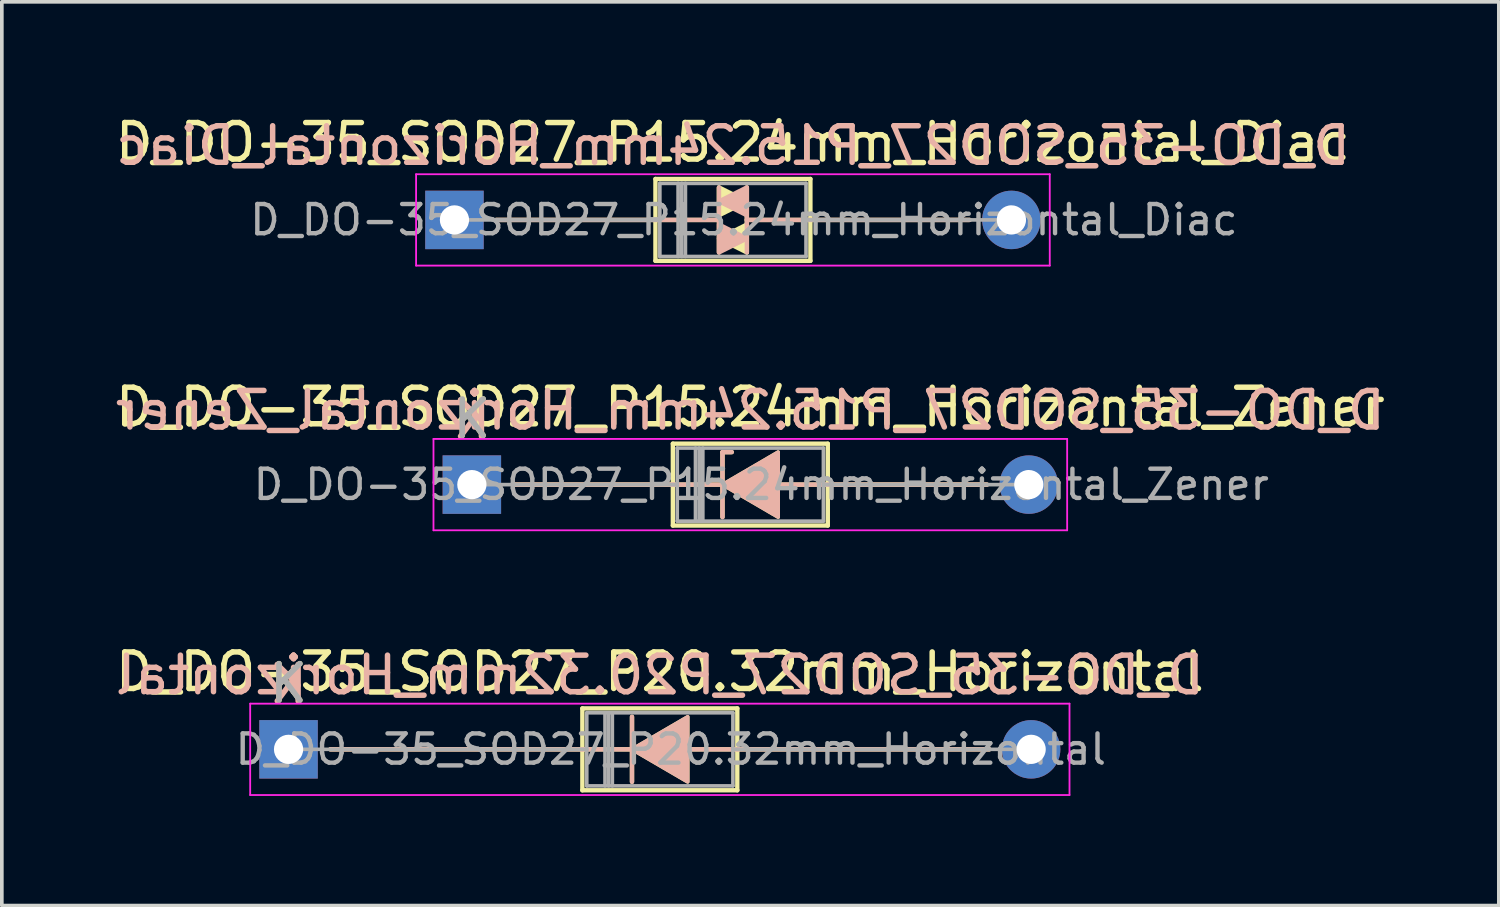
<source format=kicad_pcb>
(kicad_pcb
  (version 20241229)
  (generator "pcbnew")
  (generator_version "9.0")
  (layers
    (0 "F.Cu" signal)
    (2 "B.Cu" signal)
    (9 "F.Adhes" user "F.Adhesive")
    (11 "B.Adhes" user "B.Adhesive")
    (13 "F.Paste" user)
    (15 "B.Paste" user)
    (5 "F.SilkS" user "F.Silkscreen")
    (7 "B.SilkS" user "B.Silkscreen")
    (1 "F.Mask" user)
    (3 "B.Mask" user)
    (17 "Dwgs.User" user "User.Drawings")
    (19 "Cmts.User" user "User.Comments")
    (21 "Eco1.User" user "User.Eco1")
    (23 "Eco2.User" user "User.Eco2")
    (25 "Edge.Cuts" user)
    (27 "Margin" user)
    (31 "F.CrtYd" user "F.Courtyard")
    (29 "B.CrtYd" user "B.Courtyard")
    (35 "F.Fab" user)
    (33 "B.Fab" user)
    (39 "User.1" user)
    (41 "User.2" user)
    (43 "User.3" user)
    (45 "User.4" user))
  (footprint "D_DO-35_SOD27_P15.24mm_Horizontal_Zener"
    (layer "F.Cu")
    (at 9.862 10.211)
    (property "Reference" "D_DO-35_SOD27_P15.24mm_Horizontal_Zener" (at 7.62 -2.12 0) (layer "F.SilkS") (effects (font (size 1 1) (thickness 0.15))))
    (fp_line (start 1.143 0) (end 5.5 0) (stroke (width 0.12) (type solid)) (layer "F.SilkS"))
    (fp_line (start 5.5 -1.12) (end 5.5 1.12) (stroke (width 0.12) (type solid)) (layer "F.SilkS"))
    (fp_line (start 5.5 0) (end 7.239 0) (stroke (width 0.12) (type solid)) (layer "F.SilkS"))
    (fp_line (start 5.5 1.12) (end 9.74 1.12) (stroke (width 0.12) (type solid)) (layer "F.SilkS"))
    (fp_line (start 6.858 -0.889) (end 6.858 0.889) (stroke (width 0.12) (type solid)) (layer "F.SilkS"))
    (fp_line (start 6.858 -0.889) (end 7.112 -0.889) (stroke (width 0.12) (type solid)) (layer "F.SilkS"))
    (fp_line (start 9.74 -1.12) (end 5.5 -1.12) (stroke (width 0.12) (type solid)) (layer "F.SilkS"))
    (fp_line (start 9.74 0) (end 8.382 0) (stroke (width 0.12) (type solid)) (layer "F.SilkS"))
    (fp_line (start 9.74 1.12) (end 9.74 -1.12) (stroke (width 0.12) (type solid)) (layer "F.SilkS"))
    (fp_line (start 14.097 0) (end 9.74 0) (stroke (width 0.12) (type solid)) (layer "F.SilkS"))
    (fp_poly (pts (xy 8.382 0.889) (xy 6.858 0) (xy 8.382 -0.889)) (stroke (width 0.1) (type solid)) (fill yes) (layer "F.SilkS"))
    (fp_line (start 1.143 0) (end 5.5 0) (stroke (width 0.12) (type solid)) (layer "B.SilkS"))
    (fp_line (start 5.5 0) (end 7.239 0) (stroke (width 0.12) (type solid)) (layer "B.SilkS"))
    (fp_line (start 6.858 -0.889) (end 7.112 -0.889) (stroke (width 0.12) (type solid)) (layer "B.SilkS"))
    (fp_line (start 6.858 0.889) (end 6.858 -0.889) (stroke (width 0.12) (type solid)) (layer "B.SilkS"))
    (fp_line (start 9.74 0) (end 8.382 0) (stroke (width 0.12) (type solid)) (layer "B.SilkS"))
    (fp_line (start 14.097 0) (end 9.74 0) (stroke (width 0.12) (type solid)) (layer "B.SilkS"))
    (fp_poly (pts (xy 8.382 -0.889) (xy 6.858 0) (xy 8.382 0.889)) (stroke (width 0.1) (type solid)) (fill yes) (layer "B.SilkS"))
    (fp_line (start -1.05 -1.25) (end -1.05 1.25) (stroke (width 0.05) (type solid)) (layer "F.CrtYd"))
    (fp_line (start -1.05 1.25) (end 16.29 1.25) (stroke (width 0.05) (type solid)) (layer "F.CrtYd"))
    (fp_line (start 16.29 -1.25) (end -1.05 -1.25) (stroke (width 0.05) (type solid)) (layer "F.CrtYd"))
    (fp_line (start 16.29 1.25) (end 16.29 -1.25) (stroke (width 0.05) (type solid)) (layer "F.CrtYd"))
    (fp_line (start 0 0) (end 5.62 0) (stroke (width 0.1) (type solid)) (layer "F.Fab"))
    (fp_line (start 5.62 -1) (end 5.62 1) (stroke (width 0.1) (type solid)) (layer "F.Fab"))
    (fp_line (start 5.62 1) (end 9.62 1) (stroke (width 0.1) (type solid)) (layer "F.Fab"))
    (fp_line (start 6.12 -1) (end 6.12 1) (stroke (width 0.1) (type solid)) (layer "F.Fab"))
    (fp_line (start 6.22 -1) (end 6.22 1) (stroke (width 0.1) (type solid)) (layer "F.Fab"))
    (fp_line (start 6.32 -1) (end 6.32 1) (stroke (width 0.1) (type solid)) (layer "F.Fab"))
    (fp_line (start 9.62 -1) (end 5.62 -1) (stroke (width 0.1) (type solid)) (layer "F.Fab"))
    (fp_line (start 9.62 1) (end 9.62 -1) (stroke (width 0.1) (type solid)) (layer "F.Fab"))
    (fp_line (start 15.24 0) (end 9.62 0) (stroke (width 0.1) (type solid)) (layer "F.Fab"))
    (fp_text user "K" (at 0 -1.8 0) (layer "F.SilkS") (effects (font (size 1 1) (thickness 0.15))))
    (fp_text user "K" (at 0 -1.778 0) (layer "B.SilkS") (effects (font (size 1 1) (thickness 0.15)) (justify mirror)))
    (fp_text user "${REFERENCE}" (at 7.62 -2.032 0) (layer "B.SilkS") (effects (font (size 1 1) (thickness 0.15)) (justify mirror)))
    (fp_text user "K" (at 0 -1.8 0) (layer "F.Fab") (effects (font (size 1 1) (thickness 0.15))))
    (fp_text user "${REFERENCE}" (at 7.92 0 0) (layer "F.Fab") (effects (font (size 0.8 0.8) (thickness 0.12))))
    (pad "1" thru_hole rect (at 0 0) (size 1.6 1.6) (drill 0.8) (layers "*.Cu" "*.Mask"))
    (pad "2" thru_hole oval (at 15.24 0) (size 1.6 1.6) (drill 0.8) (layers "*.Cu" "*.Mask")))
  (footprint "D_DO-35_SOD27_P20.32mm_Horizontal"
    (layer "F.Cu")
    (at 4.846 17.455)
    (property "Reference" "D_DO-35_SOD27_P20.32mm_Horizontal" (at 10.16 -2.12 0) (layer "F.SilkS") (effects (font (size 1 1) (thickness 0.15))))
    (fp_line (start 1.143 0) (end 8.04 0) (stroke (width 0.12) (type solid)) (layer "F.SilkS"))
    (fp_line (start 8.04 -1.12) (end 8.04 1.12) (stroke (width 0.12) (type solid)) (layer "F.SilkS"))
    (fp_line (start 8.04 0) (end 9.779 0) (stroke (width 0.12) (type solid)) (layer "F.SilkS"))
    (fp_line (start 8.04 1.12) (end 12.28 1.12) (stroke (width 0.12) (type solid)) (layer "F.SilkS"))
    (fp_line (start 9.398 -0.889) (end 9.398 0.889) (stroke (width 0.12) (type solid)) (layer "F.SilkS"))
    (fp_line (start 12.28 -1.12) (end 8.04 -1.12) (stroke (width 0.12) (type solid)) (layer "F.SilkS"))
    (fp_line (start 12.28 0) (end 10.922 0) (stroke (width 0.12) (type solid)) (layer "F.SilkS"))
    (fp_line (start 12.28 1.12) (end 12.28 -1.12) (stroke (width 0.12) (type solid)) (layer "F.SilkS"))
    (fp_line (start 19.177 0) (end 12.28 0) (stroke (width 0.12) (type solid)) (layer "F.SilkS"))
    (fp_poly (pts (xy 10.922 0.889) (xy 9.398 0) (xy 10.922 -0.889)) (stroke (width 0.1) (type solid)) (fill yes) (layer "F.SilkS"))
    (fp_line (start 1.143 0) (end 8.04 0) (stroke (width 0.12) (type solid)) (layer "B.SilkS"))
    (fp_line (start 8.04 0) (end 9.779 0) (stroke (width 0.12) (type solid)) (layer "B.SilkS"))
    (fp_line (start 9.398 0.889) (end 9.398 -0.889) (stroke (width 0.12) (type solid)) (layer "B.SilkS"))
    (fp_line (start 12.28 0) (end 10.922 0) (stroke (width 0.12) (type solid)) (layer "B.SilkS"))
    (fp_line (start 19.177 0) (end 12.28 0) (stroke (width 0.12) (type solid)) (layer "B.SilkS"))
    (fp_poly (pts (xy 10.922 -0.889) (xy 9.398 0) (xy 10.922 0.889)) (stroke (width 0.1) (type solid)) (fill yes) (layer "B.SilkS"))
    (fp_line (start -1.05 -1.25) (end -1.05 1.25) (stroke (width 0.05) (type solid)) (layer "F.CrtYd"))
    (fp_line (start -1.05 1.25) (end 21.37 1.25) (stroke (width 0.05) (type solid)) (layer "F.CrtYd"))
    (fp_line (start 21.37 -1.25) (end -1.05 -1.25) (stroke (width 0.05) (type solid)) (layer "F.CrtYd"))
    (fp_line (start 21.37 1.25) (end 21.37 -1.25) (stroke (width 0.05) (type solid)) (layer "F.CrtYd"))
    (fp_line (start 0 0) (end 8.16 0) (stroke (width 0.1) (type solid)) (layer "F.Fab"))
    (fp_line (start 8.16 -1) (end 8.16 1) (stroke (width 0.1) (type solid)) (layer "F.Fab"))
    (fp_line (start 8.16 1) (end 12.16 1) (stroke (width 0.1) (type solid)) (layer "F.Fab"))
    (fp_line (start 8.66 -1) (end 8.66 1) (stroke (width 0.1) (type solid)) (layer "F.Fab"))
    (fp_line (start 8.76 -1) (end 8.76 1) (stroke (width 0.1) (type solid)) (layer "F.Fab"))
    (fp_line (start 8.86 -1) (end 8.86 1) (stroke (width 0.1) (type solid)) (layer "F.Fab"))
    (fp_line (start 12.16 -1) (end 8.16 -1) (stroke (width 0.1) (type solid)) (layer "F.Fab"))
    (fp_line (start 12.16 1) (end 12.16 -1) (stroke (width 0.1) (type solid)) (layer "F.Fab"))
    (fp_line (start 20.32 0) (end 12.16 0) (stroke (width 0.1) (type solid)) (layer "F.Fab"))
    (fp_text user "K" (at 0 -1.8 0) (layer "F.SilkS") (effects (font (size 1 1) (thickness 0.15))))
    (fp_text user "${REFERENCE}" (at 10.16 -2.032 0) (layer "B.SilkS") (effects (font (size 1 1) (thickness 0.15)) (justify mirror)))
    (fp_text user "K" (at 0 -1.778 0) (layer "B.SilkS") (effects (font (size 1 1) (thickness 0.15)) (justify mirror)))
    (fp_text user "${REFERENCE}" (at 10.46 0 0) (layer "F.Fab") (effects (font (size 0.8 0.8) (thickness 0.12))))
    (fp_text user "K" (at 0 -1.8 0) (layer "F.Fab") (effects (font (size 1 1) (thickness 0.15))))
    (pad "1" thru_hole rect (at 0 0) (size 1.6 1.6) (drill 0.8) (layers "*.Cu" "*.Mask"))
    (pad "2" thru_hole oval (at 20.32 0) (size 1.6 1.6) (drill 0.8) (layers "*.Cu" "*.Mask")))
  (footprint "D_DO-35_SOD27_P15.24mm_Horizontal_Diac"
    (layer "F.Cu")
    (at 9.386 2.968)
    (property "Reference" "D_DO-35_SOD27_P15.24mm_Horizontal_Diac" (at 7.62 -2.12 0) (layer "F.SilkS") (effects (font (size 1 1) (thickness 0.15))))
    (fp_line (start 1.143 0) (end 5.5 0) (stroke (width 0.12) (type solid)) (layer "F.SilkS"))
    (fp_line (start 5.461 0) (end 7.239 0) (stroke (width 0.12) (type solid)) (layer "F.SilkS"))
    (fp_line (start 5.5 -1.12) (end 5.5 1.12) (stroke (width 0.12) (type solid)) (layer "F.SilkS"))
    (fp_line (start 5.5 1.12) (end 9.74 1.12) (stroke (width 0.12) (type solid)) (layer "F.SilkS"))
    (fp_line (start 7.239 -0.889) (end 7.239 0.889) (stroke (width 0.12) (type solid)) (layer "F.SilkS"))
    (fp_line (start 8.001 -0.889) (end 8.001 0.889) (stroke (width 0.12) (type solid)) (layer "F.SilkS"))
    (fp_line (start 9.74 -1.12) (end 5.5 -1.12) (stroke (width 0.12) (type solid)) (layer "F.SilkS"))
    (fp_line (start 9.74 0) (end 8.001 0) (stroke (width 0.12) (type solid)) (layer "F.SilkS"))
    (fp_line (start 9.74 1.12) (end 9.74 -1.12) (stroke (width 0.12) (type solid)) (layer "F.SilkS"))
    (fp_line (start 14.097 0) (end 9.74 0) (stroke (width 0.12) (type solid)) (layer "F.SilkS"))
    (fp_poly (pts (xy 8.001 -0.508) (xy 7.239 -0.127) (xy 7.239 -0.889)) (stroke (width 0.12) (type solid)) (fill yes) (layer "F.SilkS"))
    (fp_poly (pts (xy 8.001 0.889) (xy 7.239 0.508) (xy 8.001 0.127)) (stroke (width 0.12) (type solid)) (fill yes) (layer "F.SilkS"))
    (fp_line (start 1.143 0) (end 5.5 0) (stroke (width 0.12) (type solid)) (layer "B.SilkS"))
    (fp_line (start 5.461 0) (end 7.239 0) (stroke (width 0.12) (type solid)) (layer "B.SilkS"))
    (fp_line (start 7.239 0.889) (end 7.239 -0.889) (stroke (width 0.12) (type solid)) (layer "B.SilkS"))
    (fp_line (start 8.001 0.889) (end 8.001 -0.889) (stroke (width 0.12) (type solid)) (layer "B.SilkS"))
    (fp_line (start 9.74 0) (end 8.001 0) (stroke (width 0.12) (type solid)) (layer "B.SilkS"))
    (fp_line (start 14.097 0) (end 9.74 0) (stroke (width 0.12) (type solid)) (layer "B.SilkS"))
    (fp_poly (pts (xy 8.001 -0.889) (xy 7.239 -0.508) (xy 8.001 -0.127)) (stroke (width 0.12) (type solid)) (fill yes) (layer "B.SilkS"))
    (fp_poly (pts (xy 8.001 0.508) (xy 7.239 0.127) (xy 7.239 0.889)) (stroke (width 0.12) (type solid)) (fill yes) (layer "B.SilkS"))
    (fp_line (start -1.05 -1.25) (end -1.05 1.25) (stroke (width 0.05) (type solid)) (layer "F.CrtYd"))
    (fp_line (start -1.05 1.25) (end 16.29 1.25) (stroke (width 0.05) (type solid)) (layer "F.CrtYd"))
    (fp_line (start 16.29 -1.25) (end -1.05 -1.25) (stroke (width 0.05) (type solid)) (layer "F.CrtYd"))
    (fp_line (start 16.29 1.25) (end 16.29 -1.25) (stroke (width 0.05) (type solid)) (layer "F.CrtYd"))
    (fp_line (start 0 0) (end 5.62 0) (stroke (width 0.1) (type solid)) (layer "F.Fab"))
    (fp_line (start 5.62 -1) (end 5.62 1) (stroke (width 0.1) (type solid)) (layer "F.Fab"))
    (fp_line (start 5.62 1) (end 9.62 1) (stroke (width 0.1) (type solid)) (layer "F.Fab"))
    (fp_line (start 6.12 -1) (end 6.12 1) (stroke (width 0.1) (type solid)) (layer "F.Fab"))
    (fp_line (start 6.22 -1) (end 6.22 1) (stroke (width 0.1) (type solid)) (layer "F.Fab"))
    (fp_line (start 6.32 -1) (end 6.32 1) (stroke (width 0.1) (type solid)) (layer "F.Fab"))
    (fp_line (start 9.62 -1) (end 5.62 -1) (stroke (width 0.1) (type solid)) (layer "F.Fab"))
    (fp_line (start 9.62 1) (end 9.62 -1) (stroke (width 0.1) (type solid)) (layer "F.Fab"))
    (fp_line (start 15.24 0) (end 9.62 0) (stroke (width 0.1) (type solid)) (layer "F.Fab"))
    (fp_text user "${REFERENCE}" (at 7.62 -2.032 0) (layer "B.SilkS") (effects (font (size 1 1) (thickness 0.15)) (justify mirror)))
    (fp_text user "${REFERENCE}" (at 7.92 0 0) (layer "F.Fab") (effects (font (size 0.8 0.8) (thickness 0.12))))
    (pad "1" thru_hole rect (at 0 0) (size 1.6 1.6) (drill 0.8) (layers "*.Cu" "*.Mask"))
    (pad "2" thru_hole oval (at 15.24 0) (size 1.6 1.6) (drill 0.8) (layers "*.Cu" "*.Mask")))
  (gr_rect
    (start -3 -3)
    (end 37.964 21.73)
    (stroke (width 0.1) (type default))
    (fill no)
    (layer "Edge.Cuts")))
</source>
